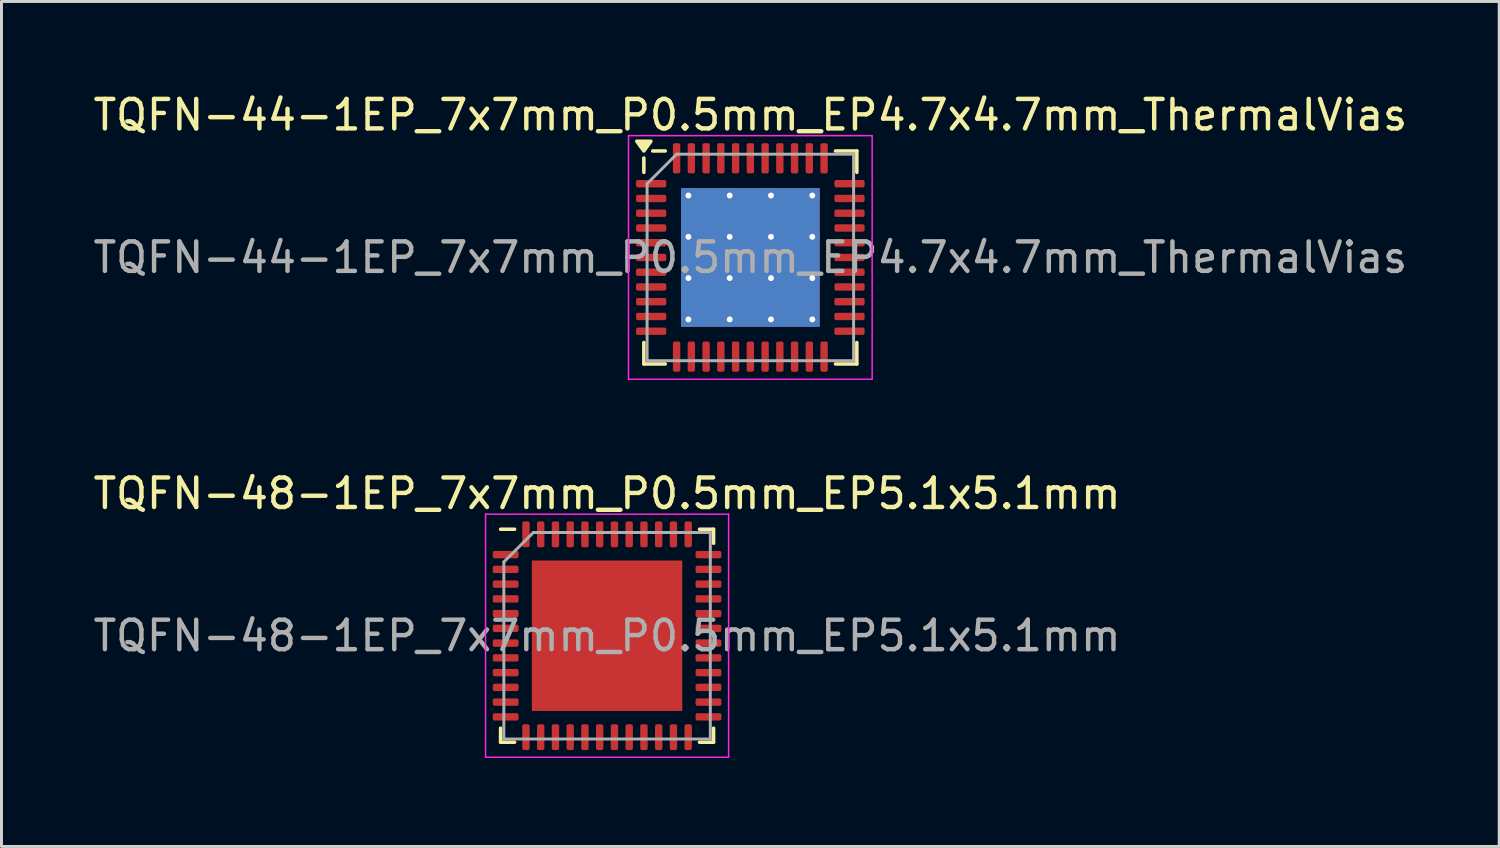
<source format=kicad_pcb>
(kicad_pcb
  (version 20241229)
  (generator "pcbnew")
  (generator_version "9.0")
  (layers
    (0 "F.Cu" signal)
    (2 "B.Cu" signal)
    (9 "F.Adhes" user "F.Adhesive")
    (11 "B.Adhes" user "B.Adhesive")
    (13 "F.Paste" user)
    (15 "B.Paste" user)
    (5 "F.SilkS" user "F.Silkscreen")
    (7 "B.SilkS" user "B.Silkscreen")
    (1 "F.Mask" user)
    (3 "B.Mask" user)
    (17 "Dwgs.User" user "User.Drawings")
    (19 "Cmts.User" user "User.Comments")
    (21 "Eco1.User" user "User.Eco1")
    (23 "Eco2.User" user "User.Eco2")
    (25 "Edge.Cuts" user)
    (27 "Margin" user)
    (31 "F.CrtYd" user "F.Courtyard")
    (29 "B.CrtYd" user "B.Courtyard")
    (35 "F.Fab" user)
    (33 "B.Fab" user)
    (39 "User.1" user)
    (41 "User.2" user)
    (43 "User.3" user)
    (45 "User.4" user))
  (footprint "TQFN-48-1EP_7x7mm_P0.5mm_EP5.1x5.1mm"
    (layer "F.Cu")
    (at 17.53 18.502)
    (property "Reference" "TQFN-48-1EP_7x7mm_P0.5mm_EP5.1x5.1mm" (at 0 -4.82 0) (layer "F.SilkS") (effects (font (size 1 1) (thickness 0.15))))
    (attr smd)
    (fp_line (start -3.61 3.61) (end -3.61 3.135) (stroke (width 0.12) (type solid)) (layer "F.SilkS"))
    (fp_line (start -3.135 -3.61) (end -3.61 -3.61) (stroke (width 0.12) (type solid)) (layer "F.SilkS"))
    (fp_line (start -3.135 3.61) (end -3.61 3.61) (stroke (width 0.12) (type solid)) (layer "F.SilkS"))
    (fp_line (start 3.135 -3.61) (end 3.61 -3.61) (stroke (width 0.12) (type solid)) (layer "F.SilkS"))
    (fp_line (start 3.135 3.61) (end 3.61 3.61) (stroke (width 0.12) (type solid)) (layer "F.SilkS"))
    (fp_line (start 3.61 -3.61) (end 3.61 -3.135) (stroke (width 0.12) (type solid)) (layer "F.SilkS"))
    (fp_line (start 3.61 3.61) (end 3.61 3.135) (stroke (width 0.12) (type solid)) (layer "F.SilkS"))
    (fp_line (start -4.12 -4.12) (end -4.12 4.12) (stroke (width 0.05) (type solid)) (layer "F.CrtYd"))
    (fp_line (start -4.12 4.12) (end 4.12 4.12) (stroke (width 0.05) (type solid)) (layer "F.CrtYd"))
    (fp_line (start 4.12 -4.12) (end -4.12 -4.12) (stroke (width 0.05) (type solid)) (layer "F.CrtYd"))
    (fp_line (start 4.12 4.12) (end 4.12 -4.12) (stroke (width 0.05) (type solid)) (layer "F.CrtYd"))
    (fp_line (start -3.5 -2.5) (end -2.5 -3.5) (stroke (width 0.1) (type solid)) (layer "F.Fab"))
    (fp_line (start -3.5 3.5) (end -3.5 -2.5) (stroke (width 0.1) (type solid)) (layer "F.Fab"))
    (fp_line (start -2.5 -3.5) (end 3.5 -3.5) (stroke (width 0.1) (type solid)) (layer "F.Fab"))
    (fp_line (start 3.5 -3.5) (end 3.5 3.5) (stroke (width 0.1) (type solid)) (layer "F.Fab"))
    (fp_line (start 3.5 3.5) (end -3.5 3.5) (stroke (width 0.1) (type solid)) (layer "F.Fab"))
    (fp_text user "${REFERENCE}" (at 0 0 0) (layer "F.Fab") (effects (font (size 1 1) (thickness 0.15))))
    (pad "" smd roundrect (at -1.7 -1.7) (size 1.37 1.37) (layers "F.Paste") (roundrect_rratio 0.182))
    (pad "" smd roundrect (at -1.7 0) (size 1.37 1.37) (layers "F.Paste") (roundrect_rratio 0.182))
    (pad "" smd roundrect (at -1.7 1.7) (size 1.37 1.37) (layers "F.Paste") (roundrect_rratio 0.182))
    (pad "" smd roundrect (at 0 -1.7) (size 1.37 1.37) (layers "F.Paste") (roundrect_rratio 0.182))
    (pad "" smd roundrect (at 0 0) (size 1.37 1.37) (layers "F.Paste") (roundrect_rratio 0.182))
    (pad "" smd roundrect (at 0 1.7) (size 1.37 1.37) (layers "F.Paste") (roundrect_rratio 0.182))
    (pad "" smd roundrect (at 1.7 -1.7) (size 1.37 1.37) (layers "F.Paste") (roundrect_rratio 0.182))
    (pad "" smd roundrect (at 1.7 0) (size 1.37 1.37) (layers "F.Paste") (roundrect_rratio 0.182))
    (pad "" smd roundrect (at 1.7 1.7) (size 1.37 1.37) (layers "F.Paste") (roundrect_rratio 0.182))
    (pad "1" smd roundrect (at -3.438 -2.75) (size 0.875 0.25) (layers "F.Cu" "F.Mask" "F.Paste") (roundrect_rratio 0.25))
    (pad "2" smd roundrect (at -3.438 -2.25) (size 0.875 0.25) (layers "F.Cu" "F.Mask" "F.Paste") (roundrect_rratio 0.25))
    (pad "3" smd roundrect (at -3.438 -1.75) (size 0.875 0.25) (layers "F.Cu" "F.Mask" "F.Paste") (roundrect_rratio 0.25))
    (pad "4" smd roundrect (at -3.438 -1.25) (size 0.875 0.25) (layers "F.Cu" "F.Mask" "F.Paste") (roundrect_rratio 0.25))
    (pad "5" smd roundrect (at -3.438 -0.75) (size 0.875 0.25) (layers "F.Cu" "F.Mask" "F.Paste") (roundrect_rratio 0.25))
    (pad "6" smd roundrect (at -3.438 -0.25) (size 0.875 0.25) (layers "F.Cu" "F.Mask" "F.Paste") (roundrect_rratio 0.25))
    (pad "7" smd roundrect (at -3.438 0.25) (size 0.875 0.25) (layers "F.Cu" "F.Mask" "F.Paste") (roundrect_rratio 0.25))
    (pad "8" smd roundrect (at -3.438 0.75) (size 0.875 0.25) (layers "F.Cu" "F.Mask" "F.Paste") (roundrect_rratio 0.25))
    (pad "9" smd roundrect (at -3.438 1.25) (size 0.875 0.25) (layers "F.Cu" "F.Mask" "F.Paste") (roundrect_rratio 0.25))
    (pad "10" smd roundrect (at -3.438 1.75) (size 0.875 0.25) (layers "F.Cu" "F.Mask" "F.Paste") (roundrect_rratio 0.25))
    (pad "11" smd roundrect (at -3.438 2.25) (size 0.875 0.25) (layers "F.Cu" "F.Mask" "F.Paste") (roundrect_rratio 0.25))
    (pad "12" smd roundrect (at -3.438 2.75) (size 0.875 0.25) (layers "F.Cu" "F.Mask" "F.Paste") (roundrect_rratio 0.25))
    (pad "13" smd roundrect (at -2.75 3.438) (size 0.25 0.875) (layers "F.Cu" "F.Mask" "F.Paste") (roundrect_rratio 0.25))
    (pad "14" smd roundrect (at -2.25 3.438) (size 0.25 0.875) (layers "F.Cu" "F.Mask" "F.Paste") (roundrect_rratio 0.25))
    (pad "15" smd roundrect (at -1.75 3.438) (size 0.25 0.875) (layers "F.Cu" "F.Mask" "F.Paste") (roundrect_rratio 0.25))
    (pad "16" smd roundrect (at -1.25 3.438) (size 0.25 0.875) (layers "F.Cu" "F.Mask" "F.Paste") (roundrect_rratio 0.25))
    (pad "17" smd roundrect (at -0.75 3.438) (size 0.25 0.875) (layers "F.Cu" "F.Mask" "F.Paste") (roundrect_rratio 0.25))
    (pad "18" smd roundrect (at -0.25 3.438) (size 0.25 0.875) (layers "F.Cu" "F.Mask" "F.Paste") (roundrect_rratio 0.25))
    (pad "19" smd roundrect (at 0.25 3.438) (size 0.25 0.875) (layers "F.Cu" "F.Mask" "F.Paste") (roundrect_rratio 0.25))
    (pad "20" smd roundrect (at 0.75 3.438) (size 0.25 0.875) (layers "F.Cu" "F.Mask" "F.Paste") (roundrect_rratio 0.25))
    (pad "21" smd roundrect (at 1.25 3.438) (size 0.25 0.875) (layers "F.Cu" "F.Mask" "F.Paste") (roundrect_rratio 0.25))
    (pad "22" smd roundrect (at 1.75 3.438) (size 0.25 0.875) (layers "F.Cu" "F.Mask" "F.Paste") (roundrect_rratio 0.25))
    (pad "23" smd roundrect (at 2.25 3.438) (size 0.25 0.875) (layers "F.Cu" "F.Mask" "F.Paste") (roundrect_rratio 0.25))
    (pad "24" smd roundrect (at 2.75 3.438) (size 0.25 0.875) (layers "F.Cu" "F.Mask" "F.Paste") (roundrect_rratio 0.25))
    (pad "25" smd roundrect (at 3.438 2.75) (size 0.875 0.25) (layers "F.Cu" "F.Mask" "F.Paste") (roundrect_rratio 0.25))
    (pad "26" smd roundrect (at 3.438 2.25) (size 0.875 0.25) (layers "F.Cu" "F.Mask" "F.Paste") (roundrect_rratio 0.25))
    (pad "27" smd roundrect (at 3.438 1.75) (size 0.875 0.25) (layers "F.Cu" "F.Mask" "F.Paste") (roundrect_rratio 0.25))
    (pad "28" smd roundrect (at 3.438 1.25) (size 0.875 0.25) (layers "F.Cu" "F.Mask" "F.Paste") (roundrect_rratio 0.25))
    (pad "29" smd roundrect (at 3.438 0.75) (size 0.875 0.25) (layers "F.Cu" "F.Mask" "F.Paste") (roundrect_rratio 0.25))
    (pad "30" smd roundrect (at 3.438 0.25) (size 0.875 0.25) (layers "F.Cu" "F.Mask" "F.Paste") (roundrect_rratio 0.25))
    (pad "31" smd roundrect (at 3.438 -0.25) (size 0.875 0.25) (layers "F.Cu" "F.Mask" "F.Paste") (roundrect_rratio 0.25))
    (pad "32" smd roundrect (at 3.438 -0.75) (size 0.875 0.25) (layers "F.Cu" "F.Mask" "F.Paste") (roundrect_rratio 0.25))
    (pad "33" smd roundrect (at 3.438 -1.25) (size 0.875 0.25) (layers "F.Cu" "F.Mask" "F.Paste") (roundrect_rratio 0.25))
    (pad "34" smd roundrect (at 3.438 -1.75) (size 0.875 0.25) (layers "F.Cu" "F.Mask" "F.Paste") (roundrect_rratio 0.25))
    (pad "35" smd roundrect (at 3.438 -2.25) (size 0.875 0.25) (layers "F.Cu" "F.Mask" "F.Paste") (roundrect_rratio 0.25))
    (pad "36" smd roundrect (at 3.438 -2.75) (size 0.875 0.25) (layers "F.Cu" "F.Mask" "F.Paste") (roundrect_rratio 0.25))
    (pad "37" smd roundrect (at 2.75 -3.438) (size 0.25 0.875) (layers "F.Cu" "F.Mask" "F.Paste") (roundrect_rratio 0.25))
    (pad "38" smd roundrect (at 2.25 -3.438) (size 0.25 0.875) (layers "F.Cu" "F.Mask" "F.Paste") (roundrect_rratio 0.25))
    (pad "39" smd roundrect (at 1.75 -3.438) (size 0.25 0.875) (layers "F.Cu" "F.Mask" "F.Paste") (roundrect_rratio 0.25))
    (pad "40" smd roundrect (at 1.25 -3.438) (size 0.25 0.875) (layers "F.Cu" "F.Mask" "F.Paste") (roundrect_rratio 0.25))
    (pad "41" smd roundrect (at 0.75 -3.438) (size 0.25 0.875) (layers "F.Cu" "F.Mask" "F.Paste") (roundrect_rratio 0.25))
    (pad "42" smd roundrect (at 0.25 -3.438) (size 0.25 0.875) (layers "F.Cu" "F.Mask" "F.Paste") (roundrect_rratio 0.25))
    (pad "43" smd roundrect (at -0.25 -3.438) (size 0.25 0.875) (layers "F.Cu" "F.Mask" "F.Paste") (roundrect_rratio 0.25))
    (pad "44" smd roundrect (at -0.75 -3.438) (size 0.25 0.875) (layers "F.Cu" "F.Mask" "F.Paste") (roundrect_rratio 0.25))
    (pad "45" smd roundrect (at -1.25 -3.438) (size 0.25 0.875) (layers "F.Cu" "F.Mask" "F.Paste") (roundrect_rratio 0.25))
    (pad "46" smd roundrect (at -1.75 -3.438) (size 0.25 0.875) (layers "F.Cu" "F.Mask" "F.Paste") (roundrect_rratio 0.25))
    (pad "47" smd roundrect (at -2.25 -3.438) (size 0.25 0.875) (layers "F.Cu" "F.Mask" "F.Paste") (roundrect_rratio 0.25))
    (pad "48" smd roundrect (at -2.75 -3.438) (size 0.25 0.875) (layers "F.Cu" "F.Mask" "F.Paste") (roundrect_rratio 0.25))
    (pad "49" smd rect (at 0 0) (size 5.1 5.1) (layers "F.Cu" "F.Mask")))
  (footprint "TQFN-44-1EP_7x7mm_P0.5mm_EP4.7x4.7mm_ThermalVias"
    (layer "F.Cu")
    (at 22.387 5.678)
    (property "Reference" "TQFN-44-1EP_7x7mm_P0.5mm_EP4.7x4.7mm_ThermalVias" (at 0 -4.83 0) (layer "F.SilkS") (effects (font (size 1 1) (thickness 0.15))))
    (attr smd)
    (fp_line (start -3.61 -2.885) (end -3.61 -3.37) (stroke (width 0.12) (type solid)) (layer "F.SilkS"))
    (fp_line (start -3.61 3.61) (end -3.61 2.885) (stroke (width 0.12) (type solid)) (layer "F.SilkS"))
    (fp_line (start -2.885 -3.61) (end -3.31 -3.61) (stroke (width 0.12) (type solid)) (layer "F.SilkS"))
    (fp_line (start -2.885 3.61) (end -3.61 3.61) (stroke (width 0.12) (type solid)) (layer "F.SilkS"))
    (fp_line (start 2.885 -3.61) (end 3.61 -3.61) (stroke (width 0.12) (type solid)) (layer "F.SilkS"))
    (fp_line (start 2.885 3.61) (end 3.61 3.61) (stroke (width 0.12) (type solid)) (layer "F.SilkS"))
    (fp_line (start 3.61 -3.61) (end 3.61 -2.885) (stroke (width 0.12) (type solid)) (layer "F.SilkS"))
    (fp_line (start 3.61 3.61) (end 3.61 2.885) (stroke (width 0.12) (type solid)) (layer "F.SilkS"))
    (fp_poly (pts (xy -3.61 -3.61) (xy -3.85 -3.94) (xy -3.37 -3.94) (xy -3.61 -3.61)) (stroke (width 0.12) (type solid)) (fill yes) (layer "F.SilkS"))
    (fp_line (start -4.13 -4.13) (end -4.13 4.13) (stroke (width 0.05) (type solid)) (layer "F.CrtYd"))
    (fp_line (start -4.13 4.13) (end 4.13 4.13) (stroke (width 0.05) (type solid)) (layer "F.CrtYd"))
    (fp_line (start 4.13 -4.13) (end -4.13 -4.13) (stroke (width 0.05) (type solid)) (layer "F.CrtYd"))
    (fp_line (start 4.13 4.13) (end 4.13 -4.13) (stroke (width 0.05) (type solid)) (layer "F.CrtYd"))
    (fp_line (start -3.5 -2.5) (end -2.5 -3.5) (stroke (width 0.1) (type solid)) (layer "F.Fab"))
    (fp_line (start -3.5 3.5) (end -3.5 -2.5) (stroke (width 0.1) (type solid)) (layer "F.Fab"))
    (fp_line (start -2.5 -3.5) (end 3.5 -3.5) (stroke (width 0.1) (type solid)) (layer "F.Fab"))
    (fp_line (start 3.5 -3.5) (end 3.5 3.5) (stroke (width 0.1) (type solid)) (layer "F.Fab"))
    (fp_line (start 3.5 3.5) (end -3.5 3.5) (stroke (width 0.1) (type solid)) (layer "F.Fab"))
    (fp_text user "${REFERENCE}" (at 0 0 0) (layer "F.Fab") (effects (font (size 1 1) (thickness 0.15))))
    (pad "" smd roundrect (at -1.57 -1.57) (size 1.36 1.36) (layers "F.Paste") (roundrect_rratio 0.184))
    (pad "" smd roundrect (at -1.57 0) (size 1.36 1.36) (layers "F.Paste") (roundrect_rratio 0.184))
    (pad "" smd roundrect (at -1.57 1.57) (size 1.36 1.36) (layers "F.Paste") (roundrect_rratio 0.184))
    (pad "" smd roundrect (at 0 -1.57) (size 1.36 1.36) (layers "F.Paste") (roundrect_rratio 0.184))
    (pad "" smd roundrect (at 0 0) (size 1.36 1.36) (layers "F.Paste") (roundrect_rratio 0.184))
    (pad "" smd roundrect (at 0 1.57) (size 1.36 1.36) (layers "F.Paste") (roundrect_rratio 0.184))
    (pad "" smd roundrect (at 1.57 -1.57) (size 1.36 1.36) (layers "F.Paste") (roundrect_rratio 0.184))
    (pad "" smd roundrect (at 1.57 0) (size 1.36 1.36) (layers "F.Paste") (roundrect_rratio 0.184))
    (pad "" smd roundrect (at 1.57 1.57) (size 1.36 1.36) (layers "F.Paste") (roundrect_rratio 0.184))
    (pad "1" smd roundrect (at -3.362 -2.5) (size 1.025 0.25) (layers "F.Cu" "F.Mask" "F.Paste") (roundrect_rratio 0.25))
    (pad "2" smd roundrect (at -3.362 -2) (size 1.025 0.25) (layers "F.Cu" "F.Mask" "F.Paste") (roundrect_rratio 0.25))
    (pad "3" smd roundrect (at -3.362 -1.5) (size 1.025 0.25) (layers "F.Cu" "F.Mask" "F.Paste") (roundrect_rratio 0.25))
    (pad "4" smd roundrect (at -3.362 -1) (size 1.025 0.25) (layers "F.Cu" "F.Mask" "F.Paste") (roundrect_rratio 0.25))
    (pad "5" smd roundrect (at -3.362 -0.5) (size 1.025 0.25) (layers "F.Cu" "F.Mask" "F.Paste") (roundrect_rratio 0.25))
    (pad "6" smd roundrect (at -3.362 0) (size 1.025 0.25) (layers "F.Cu" "F.Mask" "F.Paste") (roundrect_rratio 0.25))
    (pad "7" smd roundrect (at -3.362 0.5) (size 1.025 0.25) (layers "F.Cu" "F.Mask" "F.Paste") (roundrect_rratio 0.25))
    (pad "8" smd roundrect (at -3.362 1) (size 1.025 0.25) (layers "F.Cu" "F.Mask" "F.Paste") (roundrect_rratio 0.25))
    (pad "9" smd roundrect (at -3.362 1.5) (size 1.025 0.25) (layers "F.Cu" "F.Mask" "F.Paste") (roundrect_rratio 0.25))
    (pad "10" smd roundrect (at -3.362 2) (size 1.025 0.25) (layers "F.Cu" "F.Mask" "F.Paste") (roundrect_rratio 0.25))
    (pad "11" smd roundrect (at -3.362 2.5) (size 1.025 0.25) (layers "F.Cu" "F.Mask" "F.Paste") (roundrect_rratio 0.25))
    (pad "12" smd roundrect (at -2.5 3.362) (size 0.25 1.025) (layers "F.Cu" "F.Mask" "F.Paste") (roundrect_rratio 0.25))
    (pad "13" smd roundrect (at -2 3.362) (size 0.25 1.025) (layers "F.Cu" "F.Mask" "F.Paste") (roundrect_rratio 0.25))
    (pad "14" smd roundrect (at -1.5 3.362) (size 0.25 1.025) (layers "F.Cu" "F.Mask" "F.Paste") (roundrect_rratio 0.25))
    (pad "15" smd roundrect (at -1 3.362) (size 0.25 1.025) (layers "F.Cu" "F.Mask" "F.Paste") (roundrect_rratio 0.25))
    (pad "16" smd roundrect (at -0.5 3.362) (size 0.25 1.025) (layers "F.Cu" "F.Mask" "F.Paste") (roundrect_rratio 0.25))
    (pad "17" smd roundrect (at 0 3.362) (size 0.25 1.025) (layers "F.Cu" "F.Mask" "F.Paste") (roundrect_rratio 0.25))
    (pad "18" smd roundrect (at 0.5 3.362) (size 0.25 1.025) (layers "F.Cu" "F.Mask" "F.Paste") (roundrect_rratio 0.25))
    (pad "19" smd roundrect (at 1 3.362) (size 0.25 1.025) (layers "F.Cu" "F.Mask" "F.Paste") (roundrect_rratio 0.25))
    (pad "20" smd roundrect (at 1.5 3.362) (size 0.25 1.025) (layers "F.Cu" "F.Mask" "F.Paste") (roundrect_rratio 0.25))
    (pad "21" smd roundrect (at 2 3.362) (size 0.25 1.025) (layers "F.Cu" "F.Mask" "F.Paste") (roundrect_rratio 0.25))
    (pad "22" smd roundrect (at 2.5 3.362) (size 0.25 1.025) (layers "F.Cu" "F.Mask" "F.Paste") (roundrect_rratio 0.25))
    (pad "23" smd roundrect (at 3.362 2.5) (size 1.025 0.25) (layers "F.Cu" "F.Mask" "F.Paste") (roundrect_rratio 0.25))
    (pad "24" smd roundrect (at 3.362 2) (size 1.025 0.25) (layers "F.Cu" "F.Mask" "F.Paste") (roundrect_rratio 0.25))
    (pad "25" smd roundrect (at 3.362 1.5) (size 1.025 0.25) (layers "F.Cu" "F.Mask" "F.Paste") (roundrect_rratio 0.25))
    (pad "26" smd roundrect (at 3.362 1) (size 1.025 0.25) (layers "F.Cu" "F.Mask" "F.Paste") (roundrect_rratio 0.25))
    (pad "27" smd roundrect (at 3.362 0.5) (size 1.025 0.25) (layers "F.Cu" "F.Mask" "F.Paste") (roundrect_rratio 0.25))
    (pad "28" smd roundrect (at 3.362 0) (size 1.025 0.25) (layers "F.Cu" "F.Mask" "F.Paste") (roundrect_rratio 0.25))
    (pad "29" smd roundrect (at 3.362 -0.5) (size 1.025 0.25) (layers "F.Cu" "F.Mask" "F.Paste") (roundrect_rratio 0.25))
    (pad "30" smd roundrect (at 3.362 -1) (size 1.025 0.25) (layers "F.Cu" "F.Mask" "F.Paste") (roundrect_rratio 0.25))
    (pad "31" smd roundrect (at 3.362 -1.5) (size 1.025 0.25) (layers "F.Cu" "F.Mask" "F.Paste") (roundrect_rratio 0.25))
    (pad "32" smd roundrect (at 3.362 -2) (size 1.025 0.25) (layers "F.Cu" "F.Mask" "F.Paste") (roundrect_rratio 0.25))
    (pad "33" smd roundrect (at 3.362 -2.5) (size 1.025 0.25) (layers "F.Cu" "F.Mask" "F.Paste") (roundrect_rratio 0.25))
    (pad "34" smd roundrect (at 2.5 -3.362) (size 0.25 1.025) (layers "F.Cu" "F.Mask" "F.Paste") (roundrect_rratio 0.25))
    (pad "35" smd roundrect (at 2 -3.362) (size 0.25 1.025) (layers "F.Cu" "F.Mask" "F.Paste") (roundrect_rratio 0.25))
    (pad "36" smd roundrect (at 1.5 -3.362) (size 0.25 1.025) (layers "F.Cu" "F.Mask" "F.Paste") (roundrect_rratio 0.25))
    (pad "37" smd roundrect (at 1 -3.362) (size 0.25 1.025) (layers "F.Cu" "F.Mask" "F.Paste") (roundrect_rratio 0.25))
    (pad "38" smd roundrect (at 0.5 -3.362) (size 0.25 1.025) (layers "F.Cu" "F.Mask" "F.Paste") (roundrect_rratio 0.25))
    (pad "39" smd roundrect (at 0 -3.362) (size 0.25 1.025) (layers "F.Cu" "F.Mask" "F.Paste") (roundrect_rratio 0.25))
    (pad "40" smd roundrect (at -0.5 -3.362) (size 0.25 1.025) (layers "F.Cu" "F.Mask" "F.Paste") (roundrect_rratio 0.25))
    (pad "41" smd roundrect (at -1 -3.362) (size 0.25 1.025) (layers "F.Cu" "F.Mask" "F.Paste") (roundrect_rratio 0.25))
    (pad "42" smd roundrect (at -1.5 -3.362) (size 0.25 1.025) (layers "F.Cu" "F.Mask" "F.Paste") (roundrect_rratio 0.25))
    (pad "43" smd roundrect (at -2 -3.362) (size 0.25 1.025) (layers "F.Cu" "F.Mask" "F.Paste") (roundrect_rratio 0.25))
    (pad "44" smd roundrect (at -2.5 -3.362) (size 0.25 1.025) (layers "F.Cu" "F.Mask" "F.Paste") (roundrect_rratio 0.25))
    (pad "45" thru_hole circle (at -2.1 -2.1) (size 0.5 0.5) (drill 0.2) (property pad_prop_heatsink) (layers "*.Cu"))
    (pad "45" thru_hole circle (at -2.1 -0.7) (size 0.5 0.5) (drill 0.2) (property pad_prop_heatsink) (layers "*.Cu"))
    (pad "45" thru_hole circle (at -2.1 0.7) (size 0.5 0.5) (drill 0.2) (property pad_prop_heatsink) (layers "*.Cu"))
    (pad "45" thru_hole circle (at -2.1 2.1) (size 0.5 0.5) (drill 0.2) (property pad_prop_heatsink) (layers "*.Cu"))
    (pad "45" thru_hole circle (at -0.7 -2.1) (size 0.5 0.5) (drill 0.2) (property pad_prop_heatsink) (layers "*.Cu"))
    (pad "45" thru_hole circle (at -0.7 -0.7) (size 0.5 0.5) (drill 0.2) (property pad_prop_heatsink) (layers "*.Cu"))
    (pad "45" thru_hole circle (at -0.7 0.7) (size 0.5 0.5) (drill 0.2) (property pad_prop_heatsink) (layers "*.Cu"))
    (pad "45" thru_hole circle (at -0.7 2.1) (size 0.5 0.5) (drill 0.2) (property pad_prop_heatsink) (layers "*.Cu"))
    (pad "45" smd rect (at 0 0) (size 4.7 4.7) (property pad_prop_heatsink) (layers "F.Cu" "F.Mask"))
    (pad "45" smd rect (at 0 0) (size 4.7 4.7) (property pad_prop_heatsink) (layers "B.Cu"))
    (pad "45" thru_hole circle (at 0.7 -2.1) (size 0.5 0.5) (drill 0.2) (property pad_prop_heatsink) (layers "*.Cu"))
    (pad "45" thru_hole circle (at 0.7 -0.7) (size 0.5 0.5) (drill 0.2) (property pad_prop_heatsink) (layers "*.Cu"))
    (pad "45" thru_hole circle (at 0.7 0.7) (size 0.5 0.5) (drill 0.2) (property pad_prop_heatsink) (layers "*.Cu"))
    (pad "45" thru_hole circle (at 0.7 2.1) (size 0.5 0.5) (drill 0.2) (property pad_prop_heatsink) (layers "*.Cu"))
    (pad "45" thru_hole circle (at 2.1 -2.1) (size 0.5 0.5) (drill 0.2) (property pad_prop_heatsink) (layers "*.Cu"))
    (pad "45" thru_hole circle (at 2.1 -0.7) (size 0.5 0.5) (drill 0.2) (property pad_prop_heatsink) (layers "*.Cu"))
    (pad "45" thru_hole circle (at 2.1 0.7) (size 0.5 0.5) (drill 0.2) (property pad_prop_heatsink) (layers "*.Cu"))
    (pad "45" thru_hole circle (at 2.1 2.1) (size 0.5 0.5) (drill 0.2) (property pad_prop_heatsink) (layers "*.Cu")))
  (gr_rect
    (start -3 -3)
    (end 47.774 25.646)
    (stroke (width 0.1) (type default))
    (fill no)
    (layer "Edge.Cuts")))
</source>
